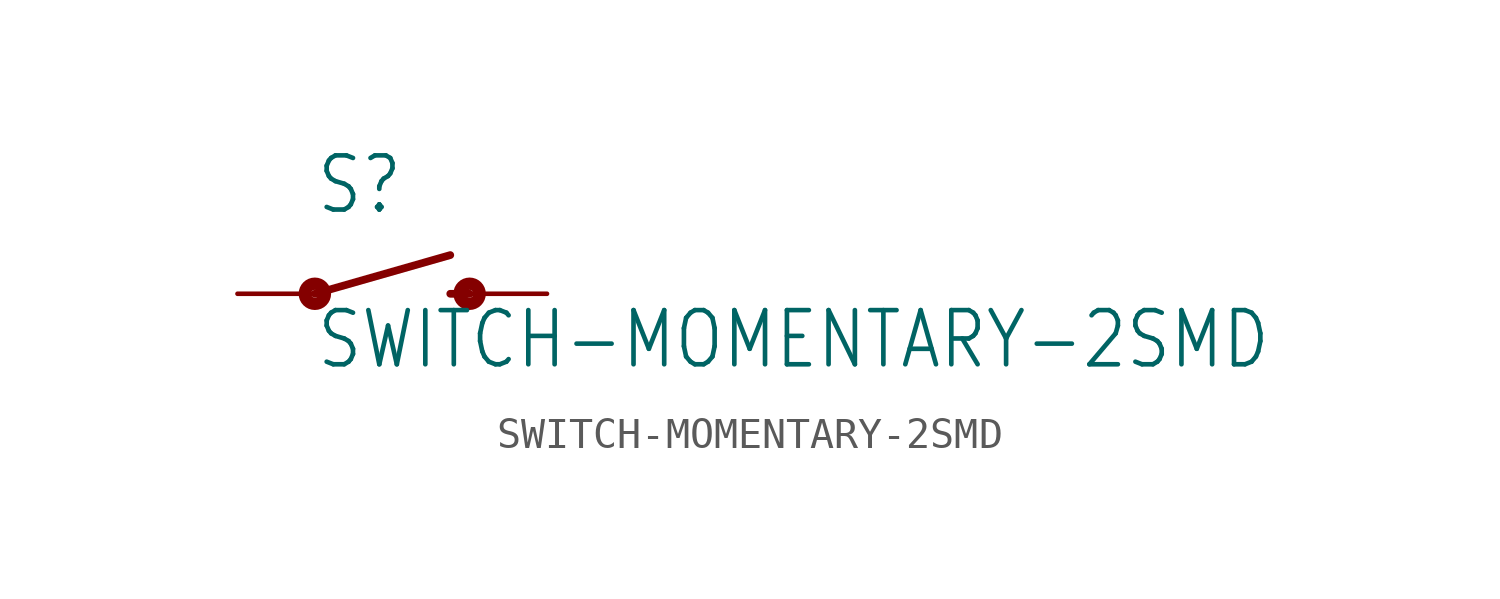
<source format=kicad_sym>
(kicad_symbol_lib
  (version 20211014)
  (generator kicad_symbol_editor)
  (symbol "SWITCH-MOMENTARY-2SMD"
    (property "Reference" "S"
      (at -2.54 2.54 0)
      (effects (font (size 1.778 1.511)) (justify left bottom)))
    (property "Value" "SWITCH-MOMENTARY-2SMD"
      (at -2.54 -2.54 0)
      (effects (font (size 1.778 1.511)) (justify left bottom)))
    (property "ki_locked" ""
      (at 0 0 0)
      (effects (font (size 1.27 1.27))))
    (symbol "SWITCH-MOMENTARY-2SMD_1_0"
      (circle (center -2.54 0) (radius 0.127) (stroke (width 0.406) (type default) (color 0 0 0 0)) (fill (type none)))
      (polyline (pts (xy -2.54 0) (xy 1.905 1.27)) (stroke (width 0.254) (type default) (color 0 0 0 0)) (fill (type none)))
      (polyline (pts (xy 1.905 0) (xy 2.54 0)) (stroke (width 0.254) (type default) (color 0 0 0 0)) (fill (type none)))
      (circle (center 2.54 0) (radius 0.127) (stroke (width 0.406) (type default) (color 0 0 0 0)) (fill (type none)))
      (pin passive line (at -5.08 0 0) (length 2.54) (name "1" (effects (font (size 0 0)))) (number "1" (effects (font (size 0 0)))))
      (pin passive line (at 5.08 0 180) (length 2.54) (name "2" (effects (font (size 0 0)))) (number "3" (effects (font (size 0 0))))))))
</source>
